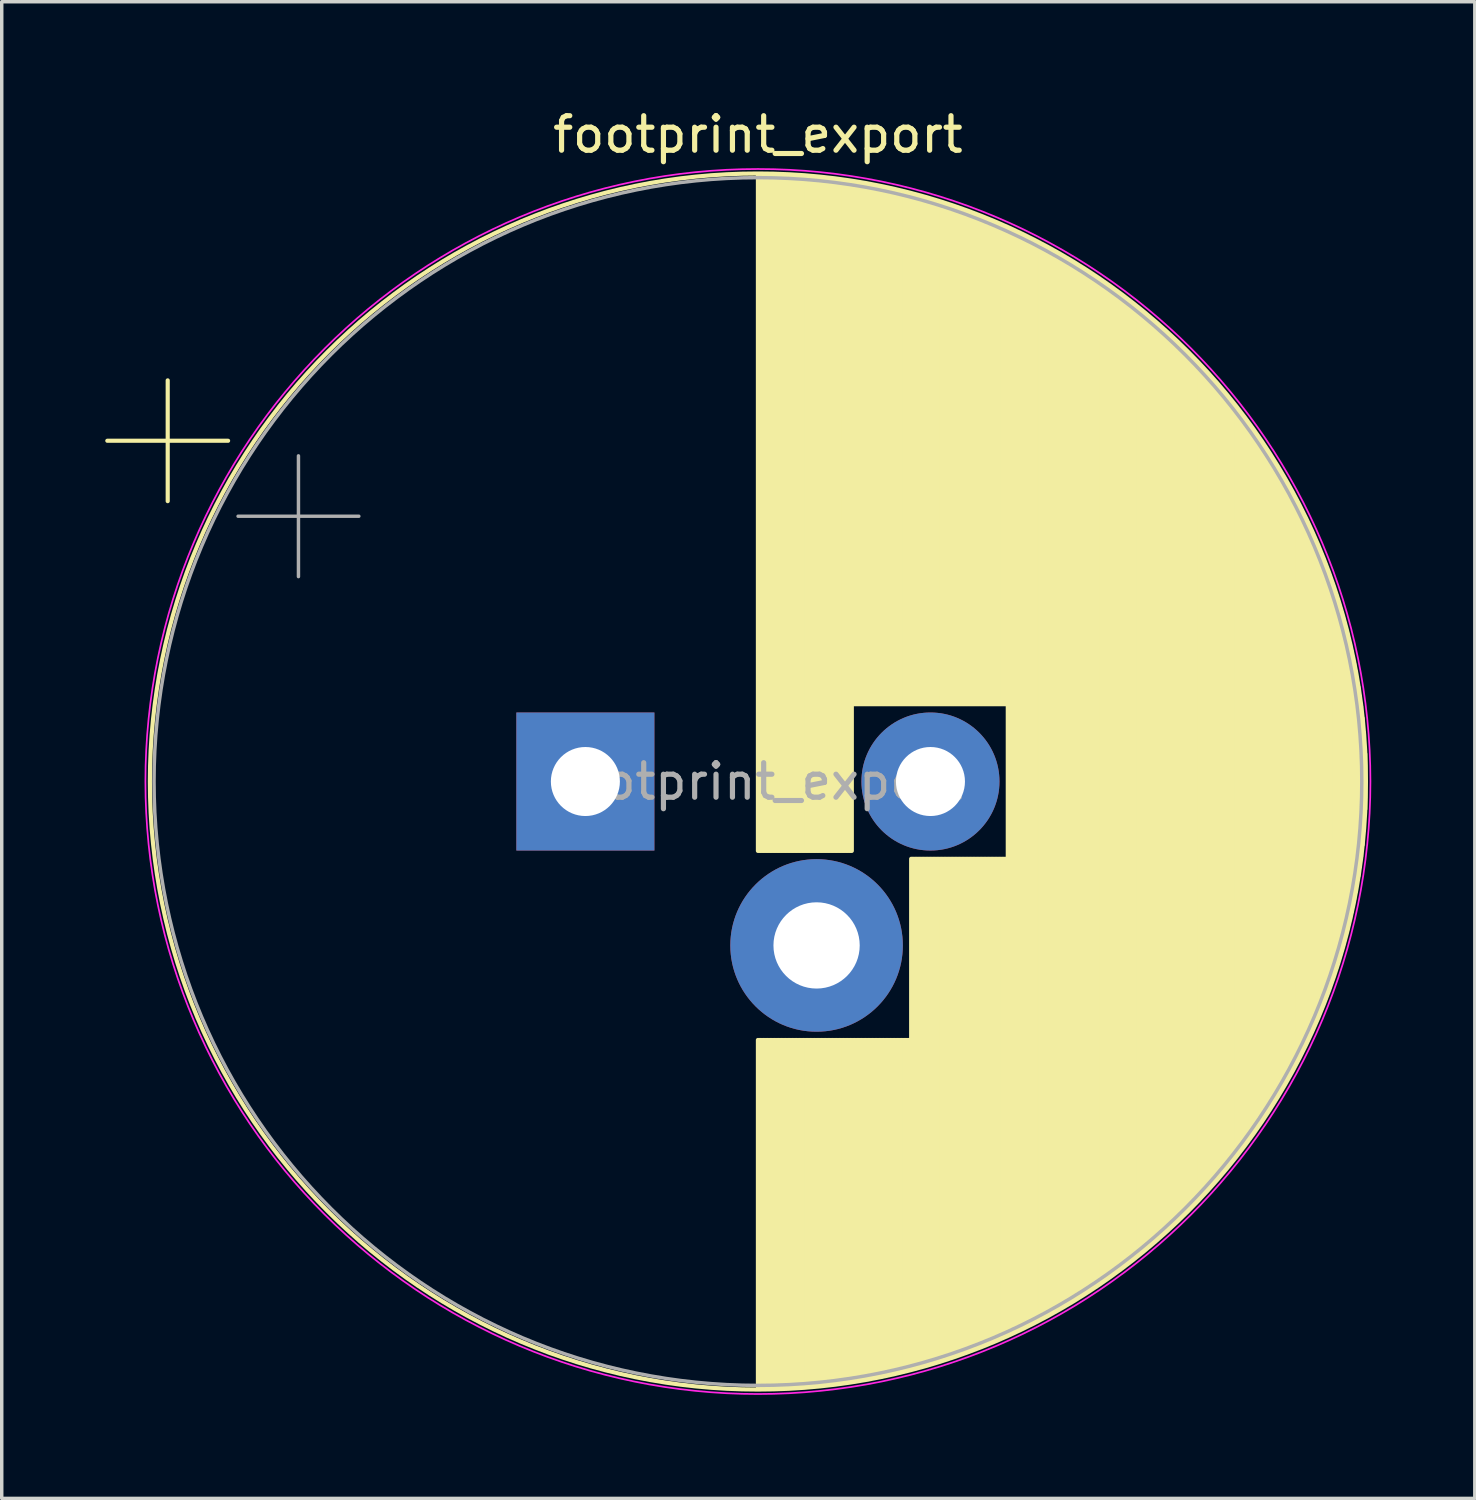
<source format=kicad_pcb>
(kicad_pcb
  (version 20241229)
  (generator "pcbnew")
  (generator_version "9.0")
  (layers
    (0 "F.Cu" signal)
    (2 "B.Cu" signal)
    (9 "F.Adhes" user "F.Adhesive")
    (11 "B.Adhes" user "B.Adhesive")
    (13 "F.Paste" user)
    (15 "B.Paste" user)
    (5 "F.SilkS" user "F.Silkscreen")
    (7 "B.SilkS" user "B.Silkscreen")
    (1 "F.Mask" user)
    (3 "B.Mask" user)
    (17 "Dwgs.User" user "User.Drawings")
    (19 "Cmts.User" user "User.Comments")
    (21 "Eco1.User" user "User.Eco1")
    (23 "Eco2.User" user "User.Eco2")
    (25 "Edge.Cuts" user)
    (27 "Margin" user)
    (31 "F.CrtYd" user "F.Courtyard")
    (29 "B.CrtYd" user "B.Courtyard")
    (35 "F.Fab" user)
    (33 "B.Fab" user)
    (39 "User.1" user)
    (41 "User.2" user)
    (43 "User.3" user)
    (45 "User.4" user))
  (footprint "footprint_export"
    (layer "F.Cu")
    (at 13.914 19.598)
    (property "Reference" "footprint_export" (at 5 -18.75 0) (layer "F.SilkS") (effects (font (size 1 1) (thickness 0.15))))
    (attr through_hole)
    (fp_line (start -13.854 -9.875) (end -10.354 -9.875) (stroke (width 0.12) (type solid)) (layer "F.SilkS"))
    (fp_line (start -12.104 -11.625) (end -12.104 -8.125) (stroke (width 0.12) (type solid)) (layer "F.SilkS"))
    (fp_line (start 5 -17.58) (end 5 2.01) (stroke (width 0.12) (type solid)) (layer "F.SilkS"))
    (fp_line (start 5 7.49) (end 5 17.58) (stroke (width 0.12) (type solid)) (layer "F.SilkS"))
    (fp_line (start 5.04 -17.58) (end 5.04 2.01) (stroke (width 0.12) (type solid)) (layer "F.SilkS"))
    (fp_line (start 5.04 7.49) (end 5.04 17.58) (stroke (width 0.12) (type solid)) (layer "F.SilkS"))
    (fp_line (start 5.08 -17.58) (end 5.08 2.01) (stroke (width 0.12) (type solid)) (layer "F.SilkS"))
    (fp_line (start 5.08 7.49) (end 5.08 17.58) (stroke (width 0.12) (type solid)) (layer "F.SilkS"))
    (fp_line (start 5.12 -17.58) (end 5.12 2.01) (stroke (width 0.12) (type solid)) (layer "F.SilkS"))
    (fp_line (start 5.12 7.49) (end 5.12 17.58) (stroke (width 0.12) (type solid)) (layer "F.SilkS"))
    (fp_line (start 5.16 -17.58) (end 5.16 2.01) (stroke (width 0.12) (type solid)) (layer "F.SilkS"))
    (fp_line (start 5.16 7.49) (end 5.16 17.58) (stroke (width 0.12) (type solid)) (layer "F.SilkS"))
    (fp_line (start 5.2 -17.579) (end 5.2 2.01) (stroke (width 0.12) (type solid)) (layer "F.SilkS"))
    (fp_line (start 5.2 7.49) (end 5.2 17.579) (stroke (width 0.12) (type solid)) (layer "F.SilkS"))
    (fp_line (start 5.24 -17.579) (end 5.24 2.01) (stroke (width 0.12) (type solid)) (layer "F.SilkS"))
    (fp_line (start 5.24 7.49) (end 5.24 17.579) (stroke (width 0.12) (type solid)) (layer "F.SilkS"))
    (fp_line (start 5.28 -17.578) (end 5.28 2.01) (stroke (width 0.12) (type solid)) (layer "F.SilkS"))
    (fp_line (start 5.28 7.49) (end 5.28 17.578) (stroke (width 0.12) (type solid)) (layer "F.SilkS"))
    (fp_line (start 5.32 -17.578) (end 5.32 2.01) (stroke (width 0.12) (type solid)) (layer "F.SilkS"))
    (fp_line (start 5.32 7.49) (end 5.32 17.578) (stroke (width 0.12) (type solid)) (layer "F.SilkS"))
    (fp_line (start 5.36 -17.577) (end 5.36 2.01) (stroke (width 0.12) (type solid)) (layer "F.SilkS"))
    (fp_line (start 5.36 7.49) (end 5.36 17.577) (stroke (width 0.12) (type solid)) (layer "F.SilkS"))
    (fp_line (start 5.4 -17.576) (end 5.4 2.01) (stroke (width 0.12) (type solid)) (layer "F.SilkS"))
    (fp_line (start 5.4 7.49) (end 5.4 17.576) (stroke (width 0.12) (type solid)) (layer "F.SilkS"))
    (fp_line (start 5.44 -17.575) (end 5.44 2.01) (stroke (width 0.12) (type solid)) (layer "F.SilkS"))
    (fp_line (start 5.44 7.49) (end 5.44 17.575) (stroke (width 0.12) (type solid)) (layer "F.SilkS"))
    (fp_line (start 5.48 -17.574) (end 5.48 2.01) (stroke (width 0.12) (type solid)) (layer "F.SilkS"))
    (fp_line (start 5.48 7.49) (end 5.48 17.574) (stroke (width 0.12) (type solid)) (layer "F.SilkS"))
    (fp_line (start 5.52 -17.573) (end 5.52 2.01) (stroke (width 0.12) (type solid)) (layer "F.SilkS"))
    (fp_line (start 5.52 7.49) (end 5.52 17.573) (stroke (width 0.12) (type solid)) (layer "F.SilkS"))
    (fp_line (start 5.56 -17.572) (end 5.56 2.01) (stroke (width 0.12) (type solid)) (layer "F.SilkS"))
    (fp_line (start 5.56 7.49) (end 5.56 17.572) (stroke (width 0.12) (type solid)) (layer "F.SilkS"))
    (fp_line (start 5.6 -17.57) (end 5.6 2.01) (stroke (width 0.12) (type solid)) (layer "F.SilkS"))
    (fp_line (start 5.6 7.49) (end 5.6 17.57) (stroke (width 0.12) (type solid)) (layer "F.SilkS"))
    (fp_line (start 5.64 -17.569) (end 5.64 2.01) (stroke (width 0.12) (type solid)) (layer "F.SilkS"))
    (fp_line (start 5.64 7.49) (end 5.64 17.569) (stroke (width 0.12) (type solid)) (layer "F.SilkS"))
    (fp_line (start 5.68 -17.567) (end 5.68 2.01) (stroke (width 0.12) (type solid)) (layer "F.SilkS"))
    (fp_line (start 5.68 7.49) (end 5.68 17.567) (stroke (width 0.12) (type solid)) (layer "F.SilkS"))
    (fp_line (start 5.721 -17.566) (end 5.721 2.01) (stroke (width 0.12) (type solid)) (layer "F.SilkS"))
    (fp_line (start 5.721 7.49) (end 5.721 17.566) (stroke (width 0.12) (type solid)) (layer "F.SilkS"))
    (fp_line (start 5.761 -17.564) (end 5.761 2.01) (stroke (width 0.12) (type solid)) (layer "F.SilkS"))
    (fp_line (start 5.761 7.49) (end 5.761 17.564) (stroke (width 0.12) (type solid)) (layer "F.SilkS"))
    (fp_line (start 5.801 -17.562) (end 5.801 2.01) (stroke (width 0.12) (type solid)) (layer "F.SilkS"))
    (fp_line (start 5.801 7.49) (end 5.801 17.562) (stroke (width 0.12) (type solid)) (layer "F.SilkS"))
    (fp_line (start 5.841 -17.56) (end 5.841 2.01) (stroke (width 0.12) (type solid)) (layer "F.SilkS"))
    (fp_line (start 5.841 7.49) (end 5.841 17.56) (stroke (width 0.12) (type solid)) (layer "F.SilkS"))
    (fp_line (start 5.881 -17.559) (end 5.881 2.01) (stroke (width 0.12) (type solid)) (layer "F.SilkS"))
    (fp_line (start 5.881 7.49) (end 5.881 17.559) (stroke (width 0.12) (type solid)) (layer "F.SilkS"))
    (fp_line (start 5.921 -17.556) (end 5.921 2.01) (stroke (width 0.12) (type solid)) (layer "F.SilkS"))
    (fp_line (start 5.921 7.49) (end 5.921 17.556) (stroke (width 0.12) (type solid)) (layer "F.SilkS"))
    (fp_line (start 5.961 -17.554) (end 5.961 2.01) (stroke (width 0.12) (type solid)) (layer "F.SilkS"))
    (fp_line (start 5.961 7.49) (end 5.961 17.554) (stroke (width 0.12) (type solid)) (layer "F.SilkS"))
    (fp_line (start 6.001 -17.552) (end 6.001 2.01) (stroke (width 0.12) (type solid)) (layer "F.SilkS"))
    (fp_line (start 6.001 7.49) (end 6.001 17.552) (stroke (width 0.12) (type solid)) (layer "F.SilkS"))
    (fp_line (start 6.041 -17.55) (end 6.041 2.01) (stroke (width 0.12) (type solid)) (layer "F.SilkS"))
    (fp_line (start 6.041 7.49) (end 6.041 17.55) (stroke (width 0.12) (type solid)) (layer "F.SilkS"))
    (fp_line (start 6.081 -17.547) (end 6.081 2.01) (stroke (width 0.12) (type solid)) (layer "F.SilkS"))
    (fp_line (start 6.081 7.49) (end 6.081 17.547) (stroke (width 0.12) (type solid)) (layer "F.SilkS"))
    (fp_line (start 6.121 -17.545) (end 6.121 2.01) (stroke (width 0.12) (type solid)) (layer "F.SilkS"))
    (fp_line (start 6.121 7.49) (end 6.121 17.545) (stroke (width 0.12) (type solid)) (layer "F.SilkS"))
    (fp_line (start 6.161 -17.542) (end 6.161 2.01) (stroke (width 0.12) (type solid)) (layer "F.SilkS"))
    (fp_line (start 6.161 7.49) (end 6.161 17.542) (stroke (width 0.12) (type solid)) (layer "F.SilkS"))
    (fp_line (start 6.201 -17.54) (end 6.201 2.01) (stroke (width 0.12) (type solid)) (layer "F.SilkS"))
    (fp_line (start 6.201 7.49) (end 6.201 17.54) (stroke (width 0.12) (type solid)) (layer "F.SilkS"))
    (fp_line (start 6.241 -17.537) (end 6.241 2.01) (stroke (width 0.12) (type solid)) (layer "F.SilkS"))
    (fp_line (start 6.241 7.49) (end 6.241 17.537) (stroke (width 0.12) (type solid)) (layer "F.SilkS"))
    (fp_line (start 6.281 -17.534) (end 6.281 2.01) (stroke (width 0.12) (type solid)) (layer "F.SilkS"))
    (fp_line (start 6.281 7.49) (end 6.281 17.534) (stroke (width 0.12) (type solid)) (layer "F.SilkS"))
    (fp_line (start 6.321 -17.531) (end 6.321 2.01) (stroke (width 0.12) (type solid)) (layer "F.SilkS"))
    (fp_line (start 6.321 7.49) (end 6.321 17.531) (stroke (width 0.12) (type solid)) (layer "F.SilkS"))
    (fp_line (start 6.361 -17.528) (end 6.361 2.01) (stroke (width 0.12) (type solid)) (layer "F.SilkS"))
    (fp_line (start 6.361 7.49) (end 6.361 17.528) (stroke (width 0.12) (type solid)) (layer "F.SilkS"))
    (fp_line (start 6.401 -17.525) (end 6.401 2.01) (stroke (width 0.12) (type solid)) (layer "F.SilkS"))
    (fp_line (start 6.401 7.49) (end 6.401 17.525) (stroke (width 0.12) (type solid)) (layer "F.SilkS"))
    (fp_line (start 6.441 -17.522) (end 6.441 2.01) (stroke (width 0.12) (type solid)) (layer "F.SilkS"))
    (fp_line (start 6.441 7.49) (end 6.441 17.522) (stroke (width 0.12) (type solid)) (layer "F.SilkS"))
    (fp_line (start 6.481 -17.518) (end 6.481 2.01) (stroke (width 0.12) (type solid)) (layer "F.SilkS"))
    (fp_line (start 6.481 7.49) (end 6.481 17.518) (stroke (width 0.12) (type solid)) (layer "F.SilkS"))
    (fp_line (start 6.521 -17.515) (end 6.521 2.01) (stroke (width 0.12) (type solid)) (layer "F.SilkS"))
    (fp_line (start 6.521 7.49) (end 6.521 17.515) (stroke (width 0.12) (type solid)) (layer "F.SilkS"))
    (fp_line (start 6.561 -17.511) (end 6.561 2.01) (stroke (width 0.12) (type solid)) (layer "F.SilkS"))
    (fp_line (start 6.561 7.49) (end 6.561 17.511) (stroke (width 0.12) (type solid)) (layer "F.SilkS"))
    (fp_line (start 6.601 -17.508) (end 6.601 2.01) (stroke (width 0.12) (type solid)) (layer "F.SilkS"))
    (fp_line (start 6.601 7.49) (end 6.601 17.508) (stroke (width 0.12) (type solid)) (layer "F.SilkS"))
    (fp_line (start 6.641 -17.504) (end 6.641 2.01) (stroke (width 0.12) (type solid)) (layer "F.SilkS"))
    (fp_line (start 6.641 7.49) (end 6.641 17.504) (stroke (width 0.12) (type solid)) (layer "F.SilkS"))
    (fp_line (start 6.681 -17.5) (end 6.681 2.01) (stroke (width 0.12) (type solid)) (layer "F.SilkS"))
    (fp_line (start 6.681 7.49) (end 6.681 17.5) (stroke (width 0.12) (type solid)) (layer "F.SilkS"))
    (fp_line (start 6.721 -17.496) (end 6.721 2.01) (stroke (width 0.12) (type solid)) (layer "F.SilkS"))
    (fp_line (start 6.721 7.49) (end 6.721 17.496) (stroke (width 0.12) (type solid)) (layer "F.SilkS"))
    (fp_line (start 6.761 -17.492) (end 6.761 2.01) (stroke (width 0.12) (type solid)) (layer "F.SilkS"))
    (fp_line (start 6.761 7.49) (end 6.761 17.492) (stroke (width 0.12) (type solid)) (layer "F.SilkS"))
    (fp_line (start 6.801 -17.488) (end 6.801 2.01) (stroke (width 0.12) (type solid)) (layer "F.SilkS"))
    (fp_line (start 6.801 7.49) (end 6.801 17.488) (stroke (width 0.12) (type solid)) (layer "F.SilkS"))
    (fp_line (start 6.841 -17.484) (end 6.841 2.01) (stroke (width 0.12) (type solid)) (layer "F.SilkS"))
    (fp_line (start 6.841 7.49) (end 6.841 17.484) (stroke (width 0.12) (type solid)) (layer "F.SilkS"))
    (fp_line (start 6.881 -17.48) (end 6.881 2.01) (stroke (width 0.12) (type solid)) (layer "F.SilkS"))
    (fp_line (start 6.881 7.49) (end 6.881 17.48) (stroke (width 0.12) (type solid)) (layer "F.SilkS"))
    (fp_line (start 6.921 -17.476) (end 6.921 2.01) (stroke (width 0.12) (type solid)) (layer "F.SilkS"))
    (fp_line (start 6.921 7.49) (end 6.921 17.476) (stroke (width 0.12) (type solid)) (layer "F.SilkS"))
    (fp_line (start 6.961 -17.471) (end 6.961 2.01) (stroke (width 0.12) (type solid)) (layer "F.SilkS"))
    (fp_line (start 6.961 7.49) (end 6.961 17.471) (stroke (width 0.12) (type solid)) (layer "F.SilkS"))
    (fp_line (start 7.001 -17.467) (end 7.001 2.01) (stroke (width 0.12) (type solid)) (layer "F.SilkS"))
    (fp_line (start 7.001 7.49) (end 7.001 17.467) (stroke (width 0.12) (type solid)) (layer "F.SilkS"))
    (fp_line (start 7.041 -17.462) (end 7.041 2.01) (stroke (width 0.12) (type solid)) (layer "F.SilkS"))
    (fp_line (start 7.041 7.49) (end 7.041 17.462) (stroke (width 0.12) (type solid)) (layer "F.SilkS"))
    (fp_line (start 7.081 -17.457) (end 7.081 2.01) (stroke (width 0.12) (type solid)) (layer "F.SilkS"))
    (fp_line (start 7.081 7.49) (end 7.081 17.457) (stroke (width 0.12) (type solid)) (layer "F.SilkS"))
    (fp_line (start 7.121 -17.452) (end 7.121 2.01) (stroke (width 0.12) (type solid)) (layer "F.SilkS"))
    (fp_line (start 7.121 7.49) (end 7.121 17.452) (stroke (width 0.12) (type solid)) (layer "F.SilkS"))
    (fp_line (start 7.161 -17.448) (end 7.161 2.01) (stroke (width 0.12) (type solid)) (layer "F.SilkS"))
    (fp_line (start 7.161 7.49) (end 7.161 17.448) (stroke (width 0.12) (type solid)) (layer "F.SilkS"))
    (fp_line (start 7.201 -17.443) (end 7.201 2.01) (stroke (width 0.12) (type solid)) (layer "F.SilkS"))
    (fp_line (start 7.201 7.49) (end 7.201 17.443) (stroke (width 0.12) (type solid)) (layer "F.SilkS"))
    (fp_line (start 7.241 -17.438) (end 7.241 2.01) (stroke (width 0.12) (type solid)) (layer "F.SilkS"))
    (fp_line (start 7.241 7.49) (end 7.241 17.438) (stroke (width 0.12) (type solid)) (layer "F.SilkS"))
    (fp_line (start 7.281 -17.432) (end 7.281 2.01) (stroke (width 0.12) (type solid)) (layer "F.SilkS"))
    (fp_line (start 7.281 7.49) (end 7.281 17.432) (stroke (width 0.12) (type solid)) (layer "F.SilkS"))
    (fp_line (start 7.321 -17.427) (end 7.321 2.01) (stroke (width 0.12) (type solid)) (layer "F.SilkS"))
    (fp_line (start 7.321 7.49) (end 7.321 17.427) (stroke (width 0.12) (type solid)) (layer "F.SilkS"))
    (fp_line (start 7.361 -17.422) (end 7.361 2.01) (stroke (width 0.12) (type solid)) (layer "F.SilkS"))
    (fp_line (start 7.361 7.49) (end 7.361 17.422) (stroke (width 0.12) (type solid)) (layer "F.SilkS"))
    (fp_line (start 7.401 -17.416) (end 7.401 2.01) (stroke (width 0.12) (type solid)) (layer "F.SilkS"))
    (fp_line (start 7.401 7.49) (end 7.401 17.416) (stroke (width 0.12) (type solid)) (layer "F.SilkS"))
    (fp_line (start 7.441 -17.411) (end 7.441 2.01) (stroke (width 0.12) (type solid)) (layer "F.SilkS"))
    (fp_line (start 7.441 7.49) (end 7.441 17.411) (stroke (width 0.12) (type solid)) (layer "F.SilkS"))
    (fp_line (start 7.481 -17.405) (end 7.481 2.01) (stroke (width 0.12) (type solid)) (layer "F.SilkS"))
    (fp_line (start 7.481 7.49) (end 7.481 17.405) (stroke (width 0.12) (type solid)) (layer "F.SilkS"))
    (fp_line (start 7.521 -17.399) (end 7.521 2.01) (stroke (width 0.12) (type solid)) (layer "F.SilkS"))
    (fp_line (start 7.521 7.49) (end 7.521 17.399) (stroke (width 0.12) (type solid)) (layer "F.SilkS"))
    (fp_line (start 7.561 -17.394) (end 7.561 2.01) (stroke (width 0.12) (type solid)) (layer "F.SilkS"))
    (fp_line (start 7.561 7.49) (end 7.561 17.394) (stroke (width 0.12) (type solid)) (layer "F.SilkS"))
    (fp_line (start 7.601 -17.388) (end 7.601 2.01) (stroke (width 0.12) (type solid)) (layer "F.SilkS"))
    (fp_line (start 7.601 7.49) (end 7.601 17.388) (stroke (width 0.12) (type solid)) (layer "F.SilkS"))
    (fp_line (start 7.641 -17.382) (end 7.641 2.01) (stroke (width 0.12) (type solid)) (layer "F.SilkS"))
    (fp_line (start 7.641 7.49) (end 7.641 17.382) (stroke (width 0.12) (type solid)) (layer "F.SilkS"))
    (fp_line (start 7.681 -17.375) (end 7.681 2.01) (stroke (width 0.12) (type solid)) (layer "F.SilkS"))
    (fp_line (start 7.681 7.49) (end 7.681 17.375) (stroke (width 0.12) (type solid)) (layer "F.SilkS"))
    (fp_line (start 7.721 -17.369) (end 7.721 2.01) (stroke (width 0.12) (type solid)) (layer "F.SilkS"))
    (fp_line (start 7.721 7.49) (end 7.721 17.369) (stroke (width 0.12) (type solid)) (layer "F.SilkS"))
    (fp_line (start 7.761 -17.363) (end 7.761 -2.24) (stroke (width 0.12) (type solid)) (layer "F.SilkS"))
    (fp_line (start 7.761 7.49) (end 7.761 17.363) (stroke (width 0.12) (type solid)) (layer "F.SilkS"))
    (fp_line (start 7.801 -17.357) (end 7.801 -2.24) (stroke (width 0.12) (type solid)) (layer "F.SilkS"))
    (fp_line (start 7.801 7.49) (end 7.801 17.357) (stroke (width 0.12) (type solid)) (layer "F.SilkS"))
    (fp_line (start 7.841 -17.35) (end 7.841 -2.24) (stroke (width 0.12) (type solid)) (layer "F.SilkS"))
    (fp_line (start 7.841 7.49) (end 7.841 17.35) (stroke (width 0.12) (type solid)) (layer "F.SilkS"))
    (fp_line (start 7.881 -17.344) (end 7.881 -2.24) (stroke (width 0.12) (type solid)) (layer "F.SilkS"))
    (fp_line (start 7.881 7.49) (end 7.881 17.344) (stroke (width 0.12) (type solid)) (layer "F.SilkS"))
    (fp_line (start 7.921 -17.337) (end 7.921 -2.24) (stroke (width 0.12) (type solid)) (layer "F.SilkS"))
    (fp_line (start 7.921 7.49) (end 7.921 17.337) (stroke (width 0.12) (type solid)) (layer "F.SilkS"))
    (fp_line (start 7.961 -17.33) (end 7.961 -2.24) (stroke (width 0.12) (type solid)) (layer "F.SilkS"))
    (fp_line (start 7.961 7.49) (end 7.961 17.33) (stroke (width 0.12) (type solid)) (layer "F.SilkS"))
    (fp_line (start 8.001 -17.323) (end 8.001 -2.24) (stroke (width 0.12) (type solid)) (layer "F.SilkS"))
    (fp_line (start 8.001 7.49) (end 8.001 17.323) (stroke (width 0.12) (type solid)) (layer "F.SilkS"))
    (fp_line (start 8.041 -17.316) (end 8.041 -2.24) (stroke (width 0.12) (type solid)) (layer "F.SilkS"))
    (fp_line (start 8.041 7.49) (end 8.041 17.316) (stroke (width 0.12) (type solid)) (layer "F.SilkS"))
    (fp_line (start 8.081 -17.309) (end 8.081 -2.24) (stroke (width 0.12) (type solid)) (layer "F.SilkS"))
    (fp_line (start 8.081 7.49) (end 8.081 17.309) (stroke (width 0.12) (type solid)) (layer "F.SilkS"))
    (fp_line (start 8.121 -17.302) (end 8.121 -2.24) (stroke (width 0.12) (type solid)) (layer "F.SilkS"))
    (fp_line (start 8.121 7.49) (end 8.121 17.302) (stroke (width 0.12) (type solid)) (layer "F.SilkS"))
    (fp_line (start 8.161 -17.295) (end 8.161 -2.24) (stroke (width 0.12) (type solid)) (layer "F.SilkS"))
    (fp_line (start 8.161 7.49) (end 8.161 17.295) (stroke (width 0.12) (type solid)) (layer "F.SilkS"))
    (fp_line (start 8.201 -17.287) (end 8.201 -2.24) (stroke (width 0.12) (type solid)) (layer "F.SilkS"))
    (fp_line (start 8.201 7.49) (end 8.201 17.287) (stroke (width 0.12) (type solid)) (layer "F.SilkS"))
    (fp_line (start 8.241 -17.28) (end 8.241 -2.24) (stroke (width 0.12) (type solid)) (layer "F.SilkS"))
    (fp_line (start 8.241 7.49) (end 8.241 17.28) (stroke (width 0.12) (type solid)) (layer "F.SilkS"))
    (fp_line (start 8.281 -17.273) (end 8.281 -2.24) (stroke (width 0.12) (type solid)) (layer "F.SilkS"))
    (fp_line (start 8.281 7.49) (end 8.281 17.273) (stroke (width 0.12) (type solid)) (layer "F.SilkS"))
    (fp_line (start 8.321 -17.265) (end 8.321 -2.24) (stroke (width 0.12) (type solid)) (layer "F.SilkS"))
    (fp_line (start 8.321 7.49) (end 8.321 17.265) (stroke (width 0.12) (type solid)) (layer "F.SilkS"))
    (fp_line (start 8.361 -17.257) (end 8.361 -2.24) (stroke (width 0.12) (type solid)) (layer "F.SilkS"))
    (fp_line (start 8.361 7.49) (end 8.361 17.257) (stroke (width 0.12) (type solid)) (layer "F.SilkS"))
    (fp_line (start 8.401 -17.249) (end 8.401 -2.24) (stroke (width 0.12) (type solid)) (layer "F.SilkS"))
    (fp_line (start 8.401 7.49) (end 8.401 17.249) (stroke (width 0.12) (type solid)) (layer "F.SilkS"))
    (fp_line (start 8.441 -17.241) (end 8.441 -2.24) (stroke (width 0.12) (type solid)) (layer "F.SilkS"))
    (fp_line (start 8.441 7.49) (end 8.441 17.241) (stroke (width 0.12) (type solid)) (layer "F.SilkS"))
    (fp_line (start 8.481 -17.233) (end 8.481 -2.24) (stroke (width 0.12) (type solid)) (layer "F.SilkS"))
    (fp_line (start 8.481 7.49) (end 8.481 17.233) (stroke (width 0.12) (type solid)) (layer "F.SilkS"))
    (fp_line (start 8.521 -17.225) (end 8.521 -2.24) (stroke (width 0.12) (type solid)) (layer "F.SilkS"))
    (fp_line (start 8.521 7.49) (end 8.521 17.225) (stroke (width 0.12) (type solid)) (layer "F.SilkS"))
    (fp_line (start 8.561 -17.217) (end 8.561 -2.24) (stroke (width 0.12) (type solid)) (layer "F.SilkS"))
    (fp_line (start 8.561 7.49) (end 8.561 17.217) (stroke (width 0.12) (type solid)) (layer "F.SilkS"))
    (fp_line (start 8.601 -17.209) (end 8.601 -2.24) (stroke (width 0.12) (type solid)) (layer "F.SilkS"))
    (fp_line (start 8.601 7.49) (end 8.601 17.209) (stroke (width 0.12) (type solid)) (layer "F.SilkS"))
    (fp_line (start 8.641 -17.2) (end 8.641 -2.24) (stroke (width 0.12) (type solid)) (layer "F.SilkS"))
    (fp_line (start 8.641 7.49) (end 8.641 17.2) (stroke (width 0.12) (type solid)) (layer "F.SilkS"))
    (fp_line (start 8.681 -17.192) (end 8.681 -2.24) (stroke (width 0.12) (type solid)) (layer "F.SilkS"))
    (fp_line (start 8.681 7.49) (end 8.681 17.192) (stroke (width 0.12) (type solid)) (layer "F.SilkS"))
    (fp_line (start 8.721 -17.183) (end 8.721 -2.24) (stroke (width 0.12) (type solid)) (layer "F.SilkS"))
    (fp_line (start 8.721 7.49) (end 8.721 17.183) (stroke (width 0.12) (type solid)) (layer "F.SilkS"))
    (fp_line (start 8.761 -17.175) (end 8.761 -2.24) (stroke (width 0.12) (type solid)) (layer "F.SilkS"))
    (fp_line (start 8.761 7.49) (end 8.761 17.175) (stroke (width 0.12) (type solid)) (layer "F.SilkS"))
    (fp_line (start 8.801 -17.166) (end 8.801 -2.24) (stroke (width 0.12) (type solid)) (layer "F.SilkS"))
    (fp_line (start 8.801 7.49) (end 8.801 17.166) (stroke (width 0.12) (type solid)) (layer "F.SilkS"))
    (fp_line (start 8.841 -17.157) (end 8.841 -2.24) (stroke (width 0.12) (type solid)) (layer "F.SilkS"))
    (fp_line (start 8.841 7.49) (end 8.841 17.157) (stroke (width 0.12) (type solid)) (layer "F.SilkS"))
    (fp_line (start 8.881 -17.148) (end 8.881 -2.24) (stroke (width 0.12) (type solid)) (layer "F.SilkS"))
    (fp_line (start 8.881 7.49) (end 8.881 17.148) (stroke (width 0.12) (type solid)) (layer "F.SilkS"))
    (fp_line (start 8.921 -17.139) (end 8.921 -2.24) (stroke (width 0.12) (type solid)) (layer "F.SilkS"))
    (fp_line (start 8.921 7.49) (end 8.921 17.139) (stroke (width 0.12) (type solid)) (layer "F.SilkS"))
    (fp_line (start 8.961 -17.13) (end 8.961 -2.24) (stroke (width 0.12) (type solid)) (layer "F.SilkS"))
    (fp_line (start 8.961 7.49) (end 8.961 17.13) (stroke (width 0.12) (type solid)) (layer "F.SilkS"))
    (fp_line (start 9.001 -17.12) (end 9.001 -2.24) (stroke (width 0.12) (type solid)) (layer "F.SilkS"))
    (fp_line (start 9.001 7.49) (end 9.001 17.12) (stroke (width 0.12) (type solid)) (layer "F.SilkS"))
    (fp_line (start 9.041 -17.111) (end 9.041 -2.24) (stroke (width 0.12) (type solid)) (layer "F.SilkS"))
    (fp_line (start 9.041 7.49) (end 9.041 17.111) (stroke (width 0.12) (type solid)) (layer "F.SilkS"))
    (fp_line (start 9.081 -17.102) (end 9.081 -2.24) (stroke (width 0.12) (type solid)) (layer "F.SilkS"))
    (fp_line (start 9.081 7.49) (end 9.081 17.102) (stroke (width 0.12) (type solid)) (layer "F.SilkS"))
    (fp_line (start 9.121 -17.092) (end 9.121 -2.24) (stroke (width 0.12) (type solid)) (layer "F.SilkS"))
    (fp_line (start 9.121 7.49) (end 9.121 17.092) (stroke (width 0.12) (type solid)) (layer "F.SilkS"))
    (fp_line (start 9.161 -17.082) (end 9.161 -2.24) (stroke (width 0.12) (type solid)) (layer "F.SilkS"))
    (fp_line (start 9.161 7.49) (end 9.161 17.082) (stroke (width 0.12) (type solid)) (layer "F.SilkS"))
    (fp_line (start 9.201 -17.073) (end 9.201 -2.24) (stroke (width 0.12) (type solid)) (layer "F.SilkS"))
    (fp_line (start 9.201 7.49) (end 9.201 17.073) (stroke (width 0.12) (type solid)) (layer "F.SilkS"))
    (fp_line (start 9.241 -17.063) (end 9.241 -2.24) (stroke (width 0.12) (type solid)) (layer "F.SilkS"))
    (fp_line (start 9.241 7.49) (end 9.241 17.063) (stroke (width 0.12) (type solid)) (layer "F.SilkS"))
    (fp_line (start 9.281 -17.053) (end 9.281 -2.24) (stroke (width 0.12) (type solid)) (layer "F.SilkS"))
    (fp_line (start 9.281 7.49) (end 9.281 17.053) (stroke (width 0.12) (type solid)) (layer "F.SilkS"))
    (fp_line (start 9.321 -17.043) (end 9.321 -2.24) (stroke (width 0.12) (type solid)) (layer "F.SilkS"))
    (fp_line (start 9.321 7.49) (end 9.321 17.043) (stroke (width 0.12) (type solid)) (layer "F.SilkS"))
    (fp_line (start 9.361 -17.033) (end 9.361 -2.24) (stroke (width 0.12) (type solid)) (layer "F.SilkS"))
    (fp_line (start 9.361 7.49) (end 9.361 17.033) (stroke (width 0.12) (type solid)) (layer "F.SilkS"))
    (fp_line (start 9.401 -17.022) (end 9.401 -2.24) (stroke (width 0.12) (type solid)) (layer "F.SilkS"))
    (fp_line (start 9.401 7.49) (end 9.401 17.022) (stroke (width 0.12) (type solid)) (layer "F.SilkS"))
    (fp_line (start 9.441 -17.012) (end 9.441 -2.24) (stroke (width 0.12) (type solid)) (layer "F.SilkS"))
    (fp_line (start 9.441 2.24) (end 9.441 17.012) (stroke (width 0.12) (type solid)) (layer "F.SilkS"))
    (fp_line (start 9.481 -17.001) (end 9.481 -2.24) (stroke (width 0.12) (type solid)) (layer "F.SilkS"))
    (fp_line (start 9.481 2.24) (end 9.481 17.001) (stroke (width 0.12) (type solid)) (layer "F.SilkS"))
    (fp_line (start 9.521 -16.991) (end 9.521 -2.24) (stroke (width 0.12) (type solid)) (layer "F.SilkS"))
    (fp_line (start 9.521 2.24) (end 9.521 16.991) (stroke (width 0.12) (type solid)) (layer "F.SilkS"))
    (fp_line (start 9.561 -16.98) (end 9.561 -2.24) (stroke (width 0.12) (type solid)) (layer "F.SilkS"))
    (fp_line (start 9.561 2.24) (end 9.561 16.98) (stroke (width 0.12) (type solid)) (layer "F.SilkS"))
    (fp_line (start 9.601 -16.969) (end 9.601 -2.24) (stroke (width 0.12) (type solid)) (layer "F.SilkS"))
    (fp_line (start 9.601 2.24) (end 9.601 16.969) (stroke (width 0.12) (type solid)) (layer "F.SilkS"))
    (fp_line (start 9.641 -16.959) (end 9.641 -2.24) (stroke (width 0.12) (type solid)) (layer "F.SilkS"))
    (fp_line (start 9.641 2.24) (end 9.641 16.959) (stroke (width 0.12) (type solid)) (layer "F.SilkS"))
    (fp_line (start 9.681 -16.948) (end 9.681 -2.24) (stroke (width 0.12) (type solid)) (layer "F.SilkS"))
    (fp_line (start 9.681 2.24) (end 9.681 16.948) (stroke (width 0.12) (type solid)) (layer "F.SilkS"))
    (fp_line (start 9.721 -16.937) (end 9.721 -2.24) (stroke (width 0.12) (type solid)) (layer "F.SilkS"))
    (fp_line (start 9.721 2.24) (end 9.721 16.937) (stroke (width 0.12) (type solid)) (layer "F.SilkS"))
    (fp_line (start 9.761 -16.925) (end 9.761 -2.24) (stroke (width 0.12) (type solid)) (layer "F.SilkS"))
    (fp_line (start 9.761 2.24) (end 9.761 16.925) (stroke (width 0.12) (type solid)) (layer "F.SilkS"))
    (fp_line (start 9.801 -16.914) (end 9.801 -2.24) (stroke (width 0.12) (type solid)) (layer "F.SilkS"))
    (fp_line (start 9.801 2.24) (end 9.801 16.914) (stroke (width 0.12) (type solid)) (layer "F.SilkS"))
    (fp_line (start 9.841 -16.903) (end 9.841 -2.24) (stroke (width 0.12) (type solid)) (layer "F.SilkS"))
    (fp_line (start 9.841 2.24) (end 9.841 16.903) (stroke (width 0.12) (type solid)) (layer "F.SilkS"))
    (fp_line (start 9.881 -16.891) (end 9.881 -2.24) (stroke (width 0.12) (type solid)) (layer "F.SilkS"))
    (fp_line (start 9.881 2.24) (end 9.881 16.891) (stroke (width 0.12) (type solid)) (layer "F.SilkS"))
    (fp_line (start 9.921 -16.88) (end 9.921 -2.24) (stroke (width 0.12) (type solid)) (layer "F.SilkS"))
    (fp_line (start 9.921 2.24) (end 9.921 16.88) (stroke (width 0.12) (type solid)) (layer "F.SilkS"))
    (fp_line (start 9.961 -16.868) (end 9.961 -2.24) (stroke (width 0.12) (type solid)) (layer "F.SilkS"))
    (fp_line (start 9.961 2.24) (end 9.961 16.868) (stroke (width 0.12) (type solid)) (layer "F.SilkS"))
    (fp_line (start 10.001 -16.856) (end 10.001 -2.24) (stroke (width 0.12) (type solid)) (layer "F.SilkS"))
    (fp_line (start 10.001 2.24) (end 10.001 16.856) (stroke (width 0.12) (type solid)) (layer "F.SilkS"))
    (fp_line (start 10.041 -16.844) (end 10.041 -2.24) (stroke (width 0.12) (type solid)) (layer "F.SilkS"))
    (fp_line (start 10.041 2.24) (end 10.041 16.844) (stroke (width 0.12) (type solid)) (layer "F.SilkS"))
    (fp_line (start 10.081 -16.832) (end 10.081 -2.24) (stroke (width 0.12) (type solid)) (layer "F.SilkS"))
    (fp_line (start 10.081 2.24) (end 10.081 16.832) (stroke (width 0.12) (type solid)) (layer "F.SilkS"))
    (fp_line (start 10.121 -16.82) (end 10.121 -2.24) (stroke (width 0.12) (type solid)) (layer "F.SilkS"))
    (fp_line (start 10.121 2.24) (end 10.121 16.82) (stroke (width 0.12) (type solid)) (layer "F.SilkS"))
    (fp_line (start 10.161 -16.808) (end 10.161 -2.24) (stroke (width 0.12) (type solid)) (layer "F.SilkS"))
    (fp_line (start 10.161 2.24) (end 10.161 16.808) (stroke (width 0.12) (type solid)) (layer "F.SilkS"))
    (fp_line (start 10.201 -16.796) (end 10.201 -2.24) (stroke (width 0.12) (type solid)) (layer "F.SilkS"))
    (fp_line (start 10.201 2.24) (end 10.201 16.796) (stroke (width 0.12) (type solid)) (layer "F.SilkS"))
    (fp_line (start 10.241 -16.783) (end 10.241 -2.24) (stroke (width 0.12) (type solid)) (layer "F.SilkS"))
    (fp_line (start 10.241 2.24) (end 10.241 16.783) (stroke (width 0.12) (type solid)) (layer "F.SilkS"))
    (fp_line (start 10.281 -16.771) (end 10.281 -2.24) (stroke (width 0.12) (type solid)) (layer "F.SilkS"))
    (fp_line (start 10.281 2.24) (end 10.281 16.771) (stroke (width 0.12) (type solid)) (layer "F.SilkS"))
    (fp_line (start 10.321 -16.758) (end 10.321 -2.24) (stroke (width 0.12) (type solid)) (layer "F.SilkS"))
    (fp_line (start 10.321 2.24) (end 10.321 16.758) (stroke (width 0.12) (type solid)) (layer "F.SilkS"))
    (fp_line (start 10.361 -16.745) (end 10.361 -2.24) (stroke (width 0.12) (type solid)) (layer "F.SilkS"))
    (fp_line (start 10.361 2.24) (end 10.361 16.745) (stroke (width 0.12) (type solid)) (layer "F.SilkS"))
    (fp_line (start 10.401 -16.733) (end 10.401 -2.24) (stroke (width 0.12) (type solid)) (layer "F.SilkS"))
    (fp_line (start 10.401 2.24) (end 10.401 16.733) (stroke (width 0.12) (type solid)) (layer "F.SilkS"))
    (fp_line (start 10.441 -16.72) (end 10.441 -2.24) (stroke (width 0.12) (type solid)) (layer "F.SilkS"))
    (fp_line (start 10.441 2.24) (end 10.441 16.72) (stroke (width 0.12) (type solid)) (layer "F.SilkS"))
    (fp_line (start 10.481 -16.707) (end 10.481 -2.24) (stroke (width 0.12) (type solid)) (layer "F.SilkS"))
    (fp_line (start 10.481 2.24) (end 10.481 16.707) (stroke (width 0.12) (type solid)) (layer "F.SilkS"))
    (fp_line (start 10.521 -16.694) (end 10.521 -2.24) (stroke (width 0.12) (type solid)) (layer "F.SilkS"))
    (fp_line (start 10.521 2.24) (end 10.521 16.694) (stroke (width 0.12) (type solid)) (layer "F.SilkS"))
    (fp_line (start 10.561 -16.68) (end 10.561 -2.24) (stroke (width 0.12) (type solid)) (layer "F.SilkS"))
    (fp_line (start 10.561 2.24) (end 10.561 16.68) (stroke (width 0.12) (type solid)) (layer "F.SilkS"))
    (fp_line (start 10.601 -16.667) (end 10.601 -2.24) (stroke (width 0.12) (type solid)) (layer "F.SilkS"))
    (fp_line (start 10.601 2.24) (end 10.601 16.667) (stroke (width 0.12) (type solid)) (layer "F.SilkS"))
    (fp_line (start 10.641 -16.653) (end 10.641 -2.24) (stroke (width 0.12) (type solid)) (layer "F.SilkS"))
    (fp_line (start 10.641 2.24) (end 10.641 16.653) (stroke (width 0.12) (type solid)) (layer "F.SilkS"))
    (fp_line (start 10.681 -16.64) (end 10.681 -2.24) (stroke (width 0.12) (type solid)) (layer "F.SilkS"))
    (fp_line (start 10.681 2.24) (end 10.681 16.64) (stroke (width 0.12) (type solid)) (layer "F.SilkS"))
    (fp_line (start 10.721 -16.626) (end 10.721 -2.24) (stroke (width 0.12) (type solid)) (layer "F.SilkS"))
    (fp_line (start 10.721 2.24) (end 10.721 16.626) (stroke (width 0.12) (type solid)) (layer "F.SilkS"))
    (fp_line (start 10.761 -16.612) (end 10.761 -2.24) (stroke (width 0.12) (type solid)) (layer "F.SilkS"))
    (fp_line (start 10.761 2.24) (end 10.761 16.612) (stroke (width 0.12) (type solid)) (layer "F.SilkS"))
    (fp_line (start 10.801 -16.599) (end 10.801 -2.24) (stroke (width 0.12) (type solid)) (layer "F.SilkS"))
    (fp_line (start 10.801 2.24) (end 10.801 16.599) (stroke (width 0.12) (type solid)) (layer "F.SilkS"))
    (fp_line (start 10.841 -16.585) (end 10.841 -2.24) (stroke (width 0.12) (type solid)) (layer "F.SilkS"))
    (fp_line (start 10.841 2.24) (end 10.841 16.585) (stroke (width 0.12) (type solid)) (layer "F.SilkS"))
    (fp_line (start 10.881 -16.57) (end 10.881 -2.24) (stroke (width 0.12) (type solid)) (layer "F.SilkS"))
    (fp_line (start 10.881 2.24) (end 10.881 16.57) (stroke (width 0.12) (type solid)) (layer "F.SilkS"))
    (fp_line (start 10.921 -16.556) (end 10.921 -2.24) (stroke (width 0.12) (type solid)) (layer "F.SilkS"))
    (fp_line (start 10.921 2.24) (end 10.921 16.556) (stroke (width 0.12) (type solid)) (layer "F.SilkS"))
    (fp_line (start 10.961 -16.542) (end 10.961 -2.24) (stroke (width 0.12) (type solid)) (layer "F.SilkS"))
    (fp_line (start 10.961 2.24) (end 10.961 16.542) (stroke (width 0.12) (type solid)) (layer "F.SilkS"))
    (fp_line (start 11.001 -16.527) (end 11.001 -2.24) (stroke (width 0.12) (type solid)) (layer "F.SilkS"))
    (fp_line (start 11.001 2.24) (end 11.001 16.527) (stroke (width 0.12) (type solid)) (layer "F.SilkS"))
    (fp_line (start 11.041 -16.513) (end 11.041 -2.24) (stroke (width 0.12) (type solid)) (layer "F.SilkS"))
    (fp_line (start 11.041 2.24) (end 11.041 16.513) (stroke (width 0.12) (type solid)) (layer "F.SilkS"))
    (fp_line (start 11.081 -16.498) (end 11.081 -2.24) (stroke (width 0.12) (type solid)) (layer "F.SilkS"))
    (fp_line (start 11.081 2.24) (end 11.081 16.498) (stroke (width 0.12) (type solid)) (layer "F.SilkS"))
    (fp_line (start 11.121 -16.484) (end 11.121 -2.24) (stroke (width 0.12) (type solid)) (layer "F.SilkS"))
    (fp_line (start 11.121 2.24) (end 11.121 16.484) (stroke (width 0.12) (type solid)) (layer "F.SilkS"))
    (fp_line (start 11.161 -16.469) (end 11.161 -2.24) (stroke (width 0.12) (type solid)) (layer "F.SilkS"))
    (fp_line (start 11.161 2.24) (end 11.161 16.469) (stroke (width 0.12) (type solid)) (layer "F.SilkS"))
    (fp_line (start 11.201 -16.454) (end 11.201 -2.24) (stroke (width 0.12) (type solid)) (layer "F.SilkS"))
    (fp_line (start 11.201 2.24) (end 11.201 16.454) (stroke (width 0.12) (type solid)) (layer "F.SilkS"))
    (fp_line (start 11.241 -16.439) (end 11.241 -2.24) (stroke (width 0.12) (type solid)) (layer "F.SilkS"))
    (fp_line (start 11.241 2.24) (end 11.241 16.439) (stroke (width 0.12) (type solid)) (layer "F.SilkS"))
    (fp_line (start 11.281 -16.423) (end 11.281 -2.24) (stroke (width 0.12) (type solid)) (layer "F.SilkS"))
    (fp_line (start 11.281 2.24) (end 11.281 16.423) (stroke (width 0.12) (type solid)) (layer "F.SilkS"))
    (fp_line (start 11.321 -16.408) (end 11.321 -2.24) (stroke (width 0.12) (type solid)) (layer "F.SilkS"))
    (fp_line (start 11.321 2.24) (end 11.321 16.408) (stroke (width 0.12) (type solid)) (layer "F.SilkS"))
    (fp_line (start 11.361 -16.393) (end 11.361 -2.24) (stroke (width 0.12) (type solid)) (layer "F.SilkS"))
    (fp_line (start 11.361 2.24) (end 11.361 16.393) (stroke (width 0.12) (type solid)) (layer "F.SilkS"))
    (fp_line (start 11.401 -16.377) (end 11.401 -2.24) (stroke (width 0.12) (type solid)) (layer "F.SilkS"))
    (fp_line (start 11.401 2.24) (end 11.401 16.377) (stroke (width 0.12) (type solid)) (layer "F.SilkS"))
    (fp_line (start 11.441 -16.361) (end 11.441 -2.24) (stroke (width 0.12) (type solid)) (layer "F.SilkS"))
    (fp_line (start 11.441 2.24) (end 11.441 16.361) (stroke (width 0.12) (type solid)) (layer "F.SilkS"))
    (fp_line (start 11.481 -16.346) (end 11.481 -2.24) (stroke (width 0.12) (type solid)) (layer "F.SilkS"))
    (fp_line (start 11.481 2.24) (end 11.481 16.346) (stroke (width 0.12) (type solid)) (layer "F.SilkS"))
    (fp_line (start 11.521 -16.33) (end 11.521 -2.24) (stroke (width 0.12) (type solid)) (layer "F.SilkS"))
    (fp_line (start 11.521 2.24) (end 11.521 16.33) (stroke (width 0.12) (type solid)) (layer "F.SilkS"))
    (fp_line (start 11.561 -16.314) (end 11.561 -2.24) (stroke (width 0.12) (type solid)) (layer "F.SilkS"))
    (fp_line (start 11.561 2.24) (end 11.561 16.314) (stroke (width 0.12) (type solid)) (layer "F.SilkS"))
    (fp_line (start 11.601 -16.298) (end 11.601 -2.24) (stroke (width 0.12) (type solid)) (layer "F.SilkS"))
    (fp_line (start 11.601 2.24) (end 11.601 16.298) (stroke (width 0.12) (type solid)) (layer "F.SilkS"))
    (fp_line (start 11.641 -16.281) (end 11.641 -2.24) (stroke (width 0.12) (type solid)) (layer "F.SilkS"))
    (fp_line (start 11.641 2.24) (end 11.641 16.281) (stroke (width 0.12) (type solid)) (layer "F.SilkS"))
    (fp_line (start 11.681 -16.265) (end 11.681 -2.24) (stroke (width 0.12) (type solid)) (layer "F.SilkS"))
    (fp_line (start 11.681 2.24) (end 11.681 16.265) (stroke (width 0.12) (type solid)) (layer "F.SilkS"))
    (fp_line (start 11.721 -16.249) (end 11.721 -2.24) (stroke (width 0.12) (type solid)) (layer "F.SilkS"))
    (fp_line (start 11.721 2.24) (end 11.721 16.249) (stroke (width 0.12) (type solid)) (layer "F.SilkS"))
    (fp_line (start 11.761 -16.232) (end 11.761 -2.24) (stroke (width 0.12) (type solid)) (layer "F.SilkS"))
    (fp_line (start 11.761 2.24) (end 11.761 16.232) (stroke (width 0.12) (type solid)) (layer "F.SilkS"))
    (fp_line (start 11.801 -16.215) (end 11.801 -2.24) (stroke (width 0.12) (type solid)) (layer "F.SilkS"))
    (fp_line (start 11.801 2.24) (end 11.801 16.215) (stroke (width 0.12) (type solid)) (layer "F.SilkS"))
    (fp_line (start 11.841 -16.199) (end 11.841 -2.24) (stroke (width 0.12) (type solid)) (layer "F.SilkS"))
    (fp_line (start 11.841 2.24) (end 11.841 16.199) (stroke (width 0.12) (type solid)) (layer "F.SilkS"))
    (fp_line (start 11.881 -16.182) (end 11.881 -2.24) (stroke (width 0.12) (type solid)) (layer "F.SilkS"))
    (fp_line (start 11.881 2.24) (end 11.881 16.182) (stroke (width 0.12) (type solid)) (layer "F.SilkS"))
    (fp_line (start 11.921 -16.165) (end 11.921 -2.24) (stroke (width 0.12) (type solid)) (layer "F.SilkS"))
    (fp_line (start 11.921 2.24) (end 11.921 16.165) (stroke (width 0.12) (type solid)) (layer "F.SilkS"))
    (fp_line (start 11.961 -16.148) (end 11.961 -2.24) (stroke (width 0.12) (type solid)) (layer "F.SilkS"))
    (fp_line (start 11.961 2.24) (end 11.961 16.148) (stroke (width 0.12) (type solid)) (layer "F.SilkS"))
    (fp_line (start 12.001 -16.13) (end 12.001 -2.24) (stroke (width 0.12) (type solid)) (layer "F.SilkS"))
    (fp_line (start 12.001 2.24) (end 12.001 16.13) (stroke (width 0.12) (type solid)) (layer "F.SilkS"))
    (fp_line (start 12.041 -16.113) (end 12.041 -2.24) (stroke (width 0.12) (type solid)) (layer "F.SilkS"))
    (fp_line (start 12.041 2.24) (end 12.041 16.113) (stroke (width 0.12) (type solid)) (layer "F.SilkS"))
    (fp_line (start 12.081 -16.095) (end 12.081 -2.24) (stroke (width 0.12) (type solid)) (layer "F.SilkS"))
    (fp_line (start 12.081 2.24) (end 12.081 16.095) (stroke (width 0.12) (type solid)) (layer "F.SilkS"))
    (fp_line (start 12.121 -16.078) (end 12.121 -2.24) (stroke (width 0.12) (type solid)) (layer "F.SilkS"))
    (fp_line (start 12.121 2.24) (end 12.121 16.078) (stroke (width 0.12) (type solid)) (layer "F.SilkS"))
    (fp_line (start 12.161 -16.06) (end 12.161 -2.24) (stroke (width 0.12) (type solid)) (layer "F.SilkS"))
    (fp_line (start 12.161 2.24) (end 12.161 16.06) (stroke (width 0.12) (type solid)) (layer "F.SilkS"))
    (fp_line (start 12.201 -16.042) (end 12.201 -2.24) (stroke (width 0.12) (type solid)) (layer "F.SilkS"))
    (fp_line (start 12.201 2.24) (end 12.201 16.042) (stroke (width 0.12) (type solid)) (layer "F.SilkS"))
    (fp_line (start 12.241 -16.024) (end 12.241 16.024) (stroke (width 0.12) (type solid)) (layer "F.SilkS"))
    (fp_line (start 12.281 -16.006) (end 12.281 16.006) (stroke (width 0.12) (type solid)) (layer "F.SilkS"))
    (fp_line (start 12.321 -15.988) (end 12.321 15.988) (stroke (width 0.12) (type solid)) (layer "F.SilkS"))
    (fp_line (start 12.361 -15.97) (end 12.361 15.97) (stroke (width 0.12) (type solid)) (layer "F.SilkS"))
    (fp_line (start 12.401 -15.951) (end 12.401 15.951) (stroke (width 0.12) (type solid)) (layer "F.SilkS"))
    (fp_line (start 12.441 -15.933) (end 12.441 15.933) (stroke (width 0.12) (type solid)) (layer "F.SilkS"))
    (fp_line (start 12.481 -15.914) (end 12.481 15.914) (stroke (width 0.12) (type solid)) (layer "F.SilkS"))
    (fp_line (start 12.521 -15.895) (end 12.521 15.895) (stroke (width 0.12) (type solid)) (layer "F.SilkS"))
    (fp_line (start 12.561 -15.876) (end 12.561 15.876) (stroke (width 0.12) (type solid)) (layer "F.SilkS"))
    (fp_line (start 12.601 -15.857) (end 12.601 15.857) (stroke (width 0.12) (type solid)) (layer "F.SilkS"))
    (fp_line (start 12.641 -15.838) (end 12.641 15.838) (stroke (width 0.12) (type solid)) (layer "F.SilkS"))
    (fp_line (start 12.681 -15.819) (end 12.681 15.819) (stroke (width 0.12) (type solid)) (layer "F.SilkS"))
    (fp_line (start 12.721 -15.799) (end 12.721 15.799) (stroke (width 0.12) (type solid)) (layer "F.SilkS"))
    (fp_line (start 12.761 -15.78) (end 12.761 15.78) (stroke (width 0.12) (type solid)) (layer "F.SilkS"))
    (fp_line (start 12.801 -15.76) (end 12.801 15.76) (stroke (width 0.12) (type solid)) (layer "F.SilkS"))
    (fp_line (start 12.841 -15.74) (end 12.841 15.74) (stroke (width 0.12) (type solid)) (layer "F.SilkS"))
    (fp_line (start 12.881 -15.72) (end 12.881 15.72) (stroke (width 0.12) (type solid)) (layer "F.SilkS"))
    (fp_line (start 12.921 -15.7) (end 12.921 15.7) (stroke (width 0.12) (type solid)) (layer "F.SilkS"))
    (fp_line (start 12.961 -15.68) (end 12.961 15.68) (stroke (width 0.12) (type solid)) (layer "F.SilkS"))
    (fp_line (start 13.001 -15.66) (end 13.001 15.66) (stroke (width 0.12) (type solid)) (layer "F.SilkS"))
    (fp_line (start 13.041 -15.639) (end 13.041 15.639) (stroke (width 0.12) (type solid)) (layer "F.SilkS"))
    (fp_line (start 13.081 -15.619) (end 13.081 15.619) (stroke (width 0.12) (type solid)) (layer "F.SilkS"))
    (fp_line (start 13.121 -15.598) (end 13.121 15.598) (stroke (width 0.12) (type solid)) (layer "F.SilkS"))
    (fp_line (start 13.161 -15.577) (end 13.161 15.577) (stroke (width 0.12) (type solid)) (layer "F.SilkS"))
    (fp_line (start 13.2 -15.556) (end 13.2 15.556) (stroke (width 0.12) (type solid)) (layer "F.SilkS"))
    (fp_line (start 13.24 -15.535) (end 13.24 15.535) (stroke (width 0.12) (type solid)) (layer "F.SilkS"))
    (fp_line (start 13.28 -15.514) (end 13.28 15.514) (stroke (width 0.12) (type solid)) (layer "F.SilkS"))
    (fp_line (start 13.32 -15.492) (end 13.32 15.492) (stroke (width 0.12) (type solid)) (layer "F.SilkS"))
    (fp_line (start 13.36 -15.471) (end 13.36 15.471) (stroke (width 0.12) (type solid)) (layer "F.SilkS"))
    (fp_line (start 13.4 -15.449) (end 13.4 15.449) (stroke (width 0.12) (type solid)) (layer "F.SilkS"))
    (fp_line (start 13.44 -15.428) (end 13.44 15.428) (stroke (width 0.12) (type solid)) (layer "F.SilkS"))
    (fp_line (start 13.48 -15.406) (end 13.48 15.406) (stroke (width 0.12) (type solid)) (layer "F.SilkS"))
    (fp_line (start 13.52 -15.384) (end 13.52 15.384) (stroke (width 0.12) (type solid)) (layer "F.SilkS"))
    (fp_line (start 13.56 -15.361) (end 13.56 15.361) (stroke (width 0.12) (type solid)) (layer "F.SilkS"))
    (fp_line (start 13.6 -15.339) (end 13.6 15.339) (stroke (width 0.12) (type solid)) (layer "F.SilkS"))
    (fp_line (start 13.64 -15.317) (end 13.64 15.317) (stroke (width 0.12) (type solid)) (layer "F.SilkS"))
    (fp_line (start 13.68 -15.294) (end 13.68 15.294) (stroke (width 0.12) (type solid)) (layer "F.SilkS"))
    (fp_line (start 13.72 -15.271) (end 13.72 15.271) (stroke (width 0.12) (type solid)) (layer "F.SilkS"))
    (fp_line (start 13.76 -15.249) (end 13.76 15.249) (stroke (width 0.12) (type solid)) (layer "F.SilkS"))
    (fp_line (start 13.8 -15.226) (end 13.8 15.226) (stroke (width 0.12) (type solid)) (layer "F.SilkS"))
    (fp_line (start 13.84 -15.203) (end 13.84 15.203) (stroke (width 0.12) (type solid)) (layer "F.SilkS"))
    (fp_line (start 13.88 -15.179) (end 13.88 15.179) (stroke (width 0.12) (type solid)) (layer "F.SilkS"))
    (fp_line (start 13.92 -15.156) (end 13.92 15.156) (stroke (width 0.12) (type solid)) (layer "F.SilkS"))
    (fp_line (start 13.96 -15.132) (end 13.96 15.132) (stroke (width 0.12) (type solid)) (layer "F.SilkS"))
    (fp_line (start 14 -15.109) (end 14 15.109) (stroke (width 0.12) (type solid)) (layer "F.SilkS"))
    (fp_line (start 14.04 -15.085) (end 14.04 15.085) (stroke (width 0.12) (type solid)) (layer "F.SilkS"))
    (fp_line (start 14.08 -15.061) (end 14.08 15.061) (stroke (width 0.12) (type solid)) (layer "F.SilkS"))
    (fp_line (start 14.12 -15.037) (end 14.12 15.037) (stroke (width 0.12) (type solid)) (layer "F.SilkS"))
    (fp_line (start 14.16 -15.012) (end 14.16 15.012) (stroke (width 0.12) (type solid)) (layer "F.SilkS"))
    (fp_line (start 14.2 -14.988) (end 14.2 14.988) (stroke (width 0.12) (type solid)) (layer "F.SilkS"))
    (fp_line (start 14.24 -14.963) (end 14.24 14.963) (stroke (width 0.12) (type solid)) (layer "F.SilkS"))
    (fp_line (start 14.28 -14.939) (end 14.28 14.939) (stroke (width 0.12) (type solid)) (layer "F.SilkS"))
    (fp_line (start 14.32 -14.914) (end 14.32 14.914) (stroke (width 0.12) (type solid)) (layer "F.SilkS"))
    (fp_line (start 14.36 -14.889) (end 14.36 14.889) (stroke (width 0.12) (type solid)) (layer "F.SilkS"))
    (fp_line (start 14.4 -14.864) (end 14.4 14.864) (stroke (width 0.12) (type solid)) (layer "F.SilkS"))
    (fp_line (start 14.44 -14.838) (end 14.44 14.838) (stroke (width 0.12) (type solid)) (layer "F.SilkS"))
    (fp_line (start 14.48 -14.813) (end 14.48 14.813) (stroke (width 0.12) (type solid)) (layer "F.SilkS"))
    (fp_line (start 14.52 -14.787) (end 14.52 14.787) (stroke (width 0.12) (type solid)) (layer "F.SilkS"))
    (fp_line (start 14.56 -14.762) (end 14.56 14.762) (stroke (width 0.12) (type solid)) (layer "F.SilkS"))
    (fp_line (start 14.6 -14.736) (end 14.6 14.736) (stroke (width 0.12) (type solid)) (layer "F.SilkS"))
    (fp_line (start 14.64 -14.71) (end 14.64 14.71) (stroke (width 0.12) (type solid)) (layer "F.SilkS"))
    (fp_line (start 14.68 -14.683) (end 14.68 14.683) (stroke (width 0.12) (type solid)) (layer "F.SilkS"))
    (fp_line (start 14.72 -14.657) (end 14.72 14.657) (stroke (width 0.12) (type solid)) (layer "F.SilkS"))
    (fp_line (start 14.76 -14.63) (end 14.76 14.63) (stroke (width 0.12) (type solid)) (layer "F.SilkS"))
    (fp_line (start 14.8 -14.604) (end 14.8 14.604) (stroke (width 0.12) (type solid)) (layer "F.SilkS"))
    (fp_line (start 14.84 -14.577) (end 14.84 14.577) (stroke (width 0.12) (type solid)) (layer "F.SilkS"))
    (fp_line (start 14.88 -14.55) (end 14.88 14.55) (stroke (width 0.12) (type solid)) (layer "F.SilkS"))
    (fp_line (start 14.92 -14.523) (end 14.92 14.523) (stroke (width 0.12) (type solid)) (layer "F.SilkS"))
    (fp_line (start 14.96 -14.495) (end 14.96 14.495) (stroke (width 0.12) (type solid)) (layer "F.SilkS"))
    (fp_line (start 15 -14.468) (end 15 14.468) (stroke (width 0.12) (type solid)) (layer "F.SilkS"))
    (fp_line (start 15.04 -14.44) (end 15.04 14.44) (stroke (width 0.12) (type solid)) (layer "F.SilkS"))
    (fp_line (start 15.08 -14.412) (end 15.08 14.412) (stroke (width 0.12) (type solid)) (layer "F.SilkS"))
    (fp_line (start 15.12 -14.384) (end 15.12 14.384) (stroke (width 0.12) (type solid)) (layer "F.SilkS"))
    (fp_line (start 15.16 -14.356) (end 15.16 14.356) (stroke (width 0.12) (type solid)) (layer "F.SilkS"))
    (fp_line (start 15.2 -14.328) (end 15.2 14.328) (stroke (width 0.12) (type solid)) (layer "F.SilkS"))
    (fp_line (start 15.24 -14.299) (end 15.24 14.299) (stroke (width 0.12) (type solid)) (layer "F.SilkS"))
    (fp_line (start 15.28 -14.271) (end 15.28 14.271) (stroke (width 0.12) (type solid)) (layer "F.SilkS"))
    (fp_line (start 15.32 -14.242) (end 15.32 14.242) (stroke (width 0.12) (type solid)) (layer "F.SilkS"))
    (fp_line (start 15.36 -14.213) (end 15.36 14.213) (stroke (width 0.12) (type solid)) (layer "F.SilkS"))
    (fp_line (start 15.4 -14.184) (end 15.4 14.184) (stroke (width 0.12) (type solid)) (layer "F.SilkS"))
    (fp_line (start 15.44 -14.155) (end 15.44 14.155) (stroke (width 0.12) (type solid)) (layer "F.SilkS"))
    (fp_line (start 15.48 -14.125) (end 15.48 14.125) (stroke (width 0.12) (type solid)) (layer "F.SilkS"))
    (fp_line (start 15.52 -14.095) (end 15.52 14.095) (stroke (width 0.12) (type solid)) (layer "F.SilkS"))
    (fp_line (start 15.56 -14.065) (end 15.56 14.065) (stroke (width 0.12) (type solid)) (layer "F.SilkS"))
    (fp_line (start 15.6 -14.035) (end 15.6 14.035) (stroke (width 0.12) (type solid)) (layer "F.SilkS"))
    (fp_line (start 15.64 -14.005) (end 15.64 14.005) (stroke (width 0.12) (type solid)) (layer "F.SilkS"))
    (fp_line (start 15.68 -13.975) (end 15.68 13.975) (stroke (width 0.12) (type solid)) (layer "F.SilkS"))
    (fp_line (start 15.72 -13.944) (end 15.72 13.944) (stroke (width 0.12) (type solid)) (layer "F.SilkS"))
    (fp_line (start 15.76 -13.914) (end 15.76 13.914) (stroke (width 0.12) (type solid)) (layer "F.SilkS"))
    (fp_line (start 15.8 -13.883) (end 15.8 13.883) (stroke (width 0.12) (type solid)) (layer "F.SilkS"))
    (fp_line (start 15.84 -13.851) (end 15.84 13.851) (stroke (width 0.12) (type solid)) (layer "F.SilkS"))
    (fp_line (start 15.88 -13.82) (end 15.88 13.82) (stroke (width 0.12) (type solid)) (layer "F.SilkS"))
    (fp_line (start 15.92 -13.789) (end 15.92 13.789) (stroke (width 0.12) (type solid)) (layer "F.SilkS"))
    (fp_line (start 15.96 -13.757) (end 15.96 13.757) (stroke (width 0.12) (type solid)) (layer "F.SilkS"))
    (fp_line (start 16 -13.725) (end 16 13.725) (stroke (width 0.12) (type solid)) (layer "F.SilkS"))
    (fp_line (start 16.04 -13.693) (end 16.04 13.693) (stroke (width 0.12) (type solid)) (layer "F.SilkS"))
    (fp_line (start 16.08 -13.661) (end 16.08 13.661) (stroke (width 0.12) (type solid)) (layer "F.SilkS"))
    (fp_line (start 16.12 -13.628) (end 16.12 13.628) (stroke (width 0.12) (type solid)) (layer "F.SilkS"))
    (fp_line (start 16.16 -13.596) (end 16.16 13.596) (stroke (width 0.12) (type solid)) (layer "F.SilkS"))
    (fp_line (start 16.2 -13.563) (end 16.2 13.563) (stroke (width 0.12) (type solid)) (layer "F.SilkS"))
    (fp_line (start 16.24 -13.53) (end 16.24 13.53) (stroke (width 0.12) (type solid)) (layer "F.SilkS"))
    (fp_line (start 16.28 -13.497) (end 16.28 13.497) (stroke (width 0.12) (type solid)) (layer "F.SilkS"))
    (fp_line (start 16.32 -13.463) (end 16.32 13.463) (stroke (width 0.12) (type solid)) (layer "F.SilkS"))
    (fp_line (start 16.36 -13.43) (end 16.36 13.43) (stroke (width 0.12) (type solid)) (layer "F.SilkS"))
    (fp_line (start 16.4 -13.396) (end 16.4 13.396) (stroke (width 0.12) (type solid)) (layer "F.SilkS"))
    (fp_line (start 16.44 -13.362) (end 16.44 13.362) (stroke (width 0.12) (type solid)) (layer "F.SilkS"))
    (fp_line (start 16.48 -13.327) (end 16.48 13.327) (stroke (width 0.12) (type solid)) (layer "F.SilkS"))
    (fp_line (start 16.52 -13.293) (end 16.52 13.293) (stroke (width 0.12) (type solid)) (layer "F.SilkS"))
    (fp_line (start 16.56 -13.258) (end 16.56 13.258) (stroke (width 0.12) (type solid)) (layer "F.SilkS"))
    (fp_line (start 16.6 -13.223) (end 16.6 13.223) (stroke (width 0.12) (type solid)) (layer "F.SilkS"))
    (fp_line (start 16.64 -13.188) (end 16.64 13.188) (stroke (width 0.12) (type solid)) (layer "F.SilkS"))
    (fp_line (start 16.68 -13.153) (end 16.68 13.153) (stroke (width 0.12) (type solid)) (layer "F.SilkS"))
    (fp_line (start 16.72 -13.117) (end 16.72 13.117) (stroke (width 0.12) (type solid)) (layer "F.SilkS"))
    (fp_line (start 16.76 -13.082) (end 16.76 13.082) (stroke (width 0.12) (type solid)) (layer "F.SilkS"))
    (fp_line (start 16.8 -13.046) (end 16.8 13.046) (stroke (width 0.12) (type solid)) (layer "F.SilkS"))
    (fp_line (start 16.84 -13.01) (end 16.84 13.01) (stroke (width 0.12) (type solid)) (layer "F.SilkS"))
    (fp_line (start 16.88 -12.973) (end 16.88 12.973) (stroke (width 0.12) (type solid)) (layer "F.SilkS"))
    (fp_line (start 16.92 -12.937) (end 16.92 12.937) (stroke (width 0.12) (type solid)) (layer "F.SilkS"))
    (fp_line (start 16.96 -12.9) (end 16.96 12.9) (stroke (width 0.12) (type solid)) (layer "F.SilkS"))
    (fp_line (start 17 -12.863) (end 17 12.863) (stroke (width 0.12) (type solid)) (layer "F.SilkS"))
    (fp_line (start 17.04 -12.825) (end 17.04 12.825) (stroke (width 0.12) (type solid)) (layer "F.SilkS"))
    (fp_line (start 17.08 -12.788) (end 17.08 12.788) (stroke (width 0.12) (type solid)) (layer "F.SilkS"))
    (fp_line (start 17.12 -12.75) (end 17.12 12.75) (stroke (width 0.12) (type solid)) (layer "F.SilkS"))
    (fp_line (start 17.16 -12.712) (end 17.16 12.712) (stroke (width 0.12) (type solid)) (layer "F.SilkS"))
    (fp_line (start 17.2 -12.674) (end 17.2 12.674) (stroke (width 0.12) (type solid)) (layer "F.SilkS"))
    (fp_line (start 17.24 -12.635) (end 17.24 12.635) (stroke (width 0.12) (type solid)) (layer "F.SilkS"))
    (fp_line (start 17.28 -12.596) (end 17.28 12.596) (stroke (width 0.12) (type solid)) (layer "F.SilkS"))
    (fp_line (start 17.32 -12.557) (end 17.32 12.557) (stroke (width 0.12) (type solid)) (layer "F.SilkS"))
    (fp_line (start 17.36 -12.518) (end 17.36 12.518) (stroke (width 0.12) (type solid)) (layer "F.SilkS"))
    (fp_line (start 17.4 -12.479) (end 17.4 12.479) (stroke (width 0.12) (type solid)) (layer "F.SilkS"))
    (fp_line (start 17.44 -12.439) (end 17.44 12.439) (stroke (width 0.12) (type solid)) (layer "F.SilkS"))
    (fp_line (start 17.48 -12.399) (end 17.48 12.399) (stroke (width 0.12) (type solid)) (layer "F.SilkS"))
    (fp_line (start 17.52 -12.359) (end 17.52 12.359) (stroke (width 0.12) (type solid)) (layer "F.SilkS"))
    (fp_line (start 17.56 -12.318) (end 17.56 12.318) (stroke (width 0.12) (type solid)) (layer "F.SilkS"))
    (fp_line (start 17.6 -12.277) (end 17.6 12.277) (stroke (width 0.12) (type solid)) (layer "F.SilkS"))
    (fp_line (start 17.64 -12.236) (end 17.64 12.236) (stroke (width 0.12) (type solid)) (layer "F.SilkS"))
    (fp_line (start 17.68 -12.195) (end 17.68 12.195) (stroke (width 0.12) (type solid)) (layer "F.SilkS"))
    (fp_line (start 17.72 -12.153) (end 17.72 12.153) (stroke (width 0.12) (type solid)) (layer "F.SilkS"))
    (fp_line (start 17.76 -12.111) (end 17.76 12.111) (stroke (width 0.12) (type solid)) (layer "F.SilkS"))
    (fp_line (start 17.8 -12.069) (end 17.8 12.069) (stroke (width 0.12) (type solid)) (layer "F.SilkS"))
    (fp_line (start 17.84 -12.027) (end 17.84 12.027) (stroke (width 0.12) (type solid)) (layer "F.SilkS"))
    (fp_line (start 17.88 -11.984) (end 17.88 11.984) (stroke (width 0.12) (type solid)) (layer "F.SilkS"))
    (fp_line (start 17.92 -11.941) (end 17.92 11.941) (stroke (width 0.12) (type solid)) (layer "F.SilkS"))
    (fp_line (start 17.96 -11.898) (end 17.96 11.898) (stroke (width 0.12) (type solid)) (layer "F.SilkS"))
    (fp_line (start 18 -11.854) (end 18 11.854) (stroke (width 0.12) (type solid)) (layer "F.SilkS"))
    (fp_line (start 18.04 -11.811) (end 18.04 11.811) (stroke (width 0.12) (type solid)) (layer "F.SilkS"))
    (fp_line (start 18.08 -11.766) (end 18.08 11.766) (stroke (width 0.12) (type solid)) (layer "F.SilkS"))
    (fp_line (start 18.12 -11.722) (end 18.12 11.722) (stroke (width 0.12) (type solid)) (layer "F.SilkS"))
    (fp_line (start 18.16 -11.677) (end 18.16 11.677) (stroke (width 0.12) (type solid)) (layer "F.SilkS"))
    (fp_line (start 18.2 -11.632) (end 18.2 11.632) (stroke (width 0.12) (type solid)) (layer "F.SilkS"))
    (fp_line (start 18.24 -11.587) (end 18.24 11.587) (stroke (width 0.12) (type solid)) (layer "F.SilkS"))
    (fp_line (start 18.28 -11.541) (end 18.28 11.541) (stroke (width 0.12) (type solid)) (layer "F.SilkS"))
    (fp_line (start 18.32 -11.495) (end 18.32 11.495) (stroke (width 0.12) (type solid)) (layer "F.SilkS"))
    (fp_line (start 18.36 -11.449) (end 18.36 11.449) (stroke (width 0.12) (type solid)) (layer "F.SilkS"))
    (fp_line (start 18.4 -11.402) (end 18.4 11.402) (stroke (width 0.12) (type solid)) (layer "F.SilkS"))
    (fp_line (start 18.44 -11.355) (end 18.44 11.355) (stroke (width 0.12) (type solid)) (layer "F.SilkS"))
    (fp_line (start 18.48 -11.307) (end 18.48 11.307) (stroke (width 0.12) (type solid)) (layer "F.SilkS"))
    (fp_line (start 18.52 -11.26) (end 18.52 11.26) (stroke (width 0.12) (type solid)) (layer "F.SilkS"))
    (fp_line (start 18.56 -11.212) (end 18.56 11.212) (stroke (width 0.12) (type solid)) (layer "F.SilkS"))
    (fp_line (start 18.6 -11.163) (end 18.6 11.163) (stroke (width 0.12) (type solid)) (layer "F.SilkS"))
    (fp_line (start 18.64 -11.115) (end 18.64 11.115) (stroke (width 0.12) (type solid)) (layer "F.SilkS"))
    (fp_line (start 18.68 -11.066) (end 18.68 11.066) (stroke (width 0.12) (type solid)) (layer "F.SilkS"))
    (fp_line (start 18.72 -11.016) (end 18.72 11.016) (stroke (width 0.12) (type solid)) (layer "F.SilkS"))
    (fp_line (start 18.76 -10.966) (end 18.76 10.966) (stroke (width 0.12) (type solid)) (layer "F.SilkS"))
    (fp_line (start 18.8 -10.916) (end 18.8 10.916) (stroke (width 0.12) (type solid)) (layer "F.SilkS"))
    (fp_line (start 18.84 -10.865) (end 18.84 10.865) (stroke (width 0.12) (type solid)) (layer "F.SilkS"))
    (fp_line (start 18.88 -10.815) (end 18.88 10.815) (stroke (width 0.12) (type solid)) (layer "F.SilkS"))
    (fp_line (start 18.92 -10.763) (end 18.92 10.763) (stroke (width 0.12) (type solid)) (layer "F.SilkS"))
    (fp_line (start 18.96 -10.711) (end 18.96 10.711) (stroke (width 0.12) (type solid)) (layer "F.SilkS"))
    (fp_line (start 19 -10.659) (end 19 10.659) (stroke (width 0.12) (type solid)) (layer "F.SilkS"))
    (fp_line (start 19.04 -10.607) (end 19.04 10.607) (stroke (width 0.12) (type solid)) (layer "F.SilkS"))
    (fp_line (start 19.08 -10.554) (end 19.08 10.554) (stroke (width 0.12) (type solid)) (layer "F.SilkS"))
    (fp_line (start 19.12 -10.5) (end 19.12 10.5) (stroke (width 0.12) (type solid)) (layer "F.SilkS"))
    (fp_line (start 19.16 -10.447) (end 19.16 10.447) (stroke (width 0.12) (type solid)) (layer "F.SilkS"))
    (fp_line (start 19.2 -10.392) (end 19.2 10.392) (stroke (width 0.12) (type solid)) (layer "F.SilkS"))
    (fp_line (start 19.24 -10.338) (end 19.24 10.338) (stroke (width 0.12) (type solid)) (layer "F.SilkS"))
    (fp_line (start 19.28 -10.283) (end 19.28 10.283) (stroke (width 0.12) (type solid)) (layer "F.SilkS"))
    (fp_line (start 19.32 -10.227) (end 19.32 10.227) (stroke (width 0.12) (type solid)) (layer "F.SilkS"))
    (fp_line (start 19.36 -10.171) (end 19.36 10.171) (stroke (width 0.12) (type solid)) (layer "F.SilkS"))
    (fp_line (start 19.4 -10.115) (end 19.4 10.115) (stroke (width 0.12) (type solid)) (layer "F.SilkS"))
    (fp_line (start 19.44 -10.058) (end 19.44 10.058) (stroke (width 0.12) (type solid)) (layer "F.SilkS"))
    (fp_line (start 19.48 -10) (end 19.48 10) (stroke (width 0.12) (type solid)) (layer "F.SilkS"))
    (fp_line (start 19.52 -9.942) (end 19.52 9.942) (stroke (width 0.12) (type solid)) (layer "F.SilkS"))
    (fp_line (start 19.56 -9.884) (end 19.56 9.884) (stroke (width 0.12) (type solid)) (layer "F.SilkS"))
    (fp_line (start 19.6 -9.825) (end 19.6 9.825) (stroke (width 0.12) (type solid)) (layer "F.SilkS"))
    (fp_line (start 19.64 -9.765) (end 19.64 9.765) (stroke (width 0.12) (type solid)) (layer "F.SilkS"))
    (fp_line (start 19.68 -9.705) (end 19.68 9.705) (stroke (width 0.12) (type solid)) (layer "F.SilkS"))
    (fp_line (start 19.72 -9.645) (end 19.72 9.645) (stroke (width 0.12) (type solid)) (layer "F.SilkS"))
    (fp_line (start 19.76 -9.584) (end 19.76 9.584) (stroke (width 0.12) (type solid)) (layer "F.SilkS"))
    (fp_line (start 19.8 -9.522) (end 19.8 9.522) (stroke (width 0.12) (type solid)) (layer "F.SilkS"))
    (fp_line (start 19.84 -9.46) (end 19.84 9.46) (stroke (width 0.12) (type solid)) (layer "F.SilkS"))
    (fp_line (start 19.88 -9.397) (end 19.88 9.397) (stroke (width 0.12) (type solid)) (layer "F.SilkS"))
    (fp_line (start 19.92 -9.334) (end 19.92 9.334) (stroke (width 0.12) (type solid)) (layer "F.SilkS"))
    (fp_line (start 19.96 -9.27) (end 19.96 9.27) (stroke (width 0.12) (type solid)) (layer "F.SilkS"))
    (fp_line (start 20 -9.205) (end 20 9.205) (stroke (width 0.12) (type solid)) (layer "F.SilkS"))
    (fp_line (start 20.04 -9.14) (end 20.04 9.14) (stroke (width 0.12) (type solid)) (layer "F.SilkS"))
    (fp_line (start 20.08 -9.074) (end 20.08 9.074) (stroke (width 0.12) (type solid)) (layer "F.SilkS"))
    (fp_line (start 20.12 -9.008) (end 20.12 9.008) (stroke (width 0.12) (type solid)) (layer "F.SilkS"))
    (fp_line (start 20.16 -8.94) (end 20.16 8.94) (stroke (width 0.12) (type solid)) (layer "F.SilkS"))
    (fp_line (start 20.2 -8.873) (end 20.2 8.873) (stroke (width 0.12) (type solid)) (layer "F.SilkS"))
    (fp_line (start 20.24 -8.804) (end 20.24 8.804) (stroke (width 0.12) (type solid)) (layer "F.SilkS"))
    (fp_line (start 20.28 -8.735) (end 20.28 8.735) (stroke (width 0.12) (type solid)) (layer "F.SilkS"))
    (fp_line (start 20.32 -8.665) (end 20.32 8.665) (stroke (width 0.12) (type solid)) (layer "F.SilkS"))
    (fp_line (start 20.36 -8.594) (end 20.36 8.594) (stroke (width 0.12) (type solid)) (layer "F.SilkS"))
    (fp_line (start 20.4 -8.522) (end 20.4 8.522) (stroke (width 0.12) (type solid)) (layer "F.SilkS"))
    (fp_line (start 20.44 -8.45) (end 20.44 8.45) (stroke (width 0.12) (type solid)) (layer "F.SilkS"))
    (fp_line (start 20.48 -8.377) (end 20.48 8.377) (stroke (width 0.12) (type solid)) (layer "F.SilkS"))
    (fp_line (start 20.52 -8.303) (end 20.52 8.303) (stroke (width 0.12) (type solid)) (layer "F.SilkS"))
    (fp_line (start 20.56 -8.228) (end 20.56 8.228) (stroke (width 0.12) (type solid)) (layer "F.SilkS"))
    (fp_line (start 20.6 -8.152) (end 20.6 8.152) (stroke (width 0.12) (type solid)) (layer "F.SilkS"))
    (fp_line (start 20.64 -8.076) (end 20.64 8.076) (stroke (width 0.12) (type solid)) (layer "F.SilkS"))
    (fp_line (start 20.68 -7.998) (end 20.68 7.998) (stroke (width 0.12) (type solid)) (layer "F.SilkS"))
    (fp_line (start 20.72 -7.92) (end 20.72 7.92) (stroke (width 0.12) (type solid)) (layer "F.SilkS"))
    (fp_line (start 20.76 -7.84) (end 20.76 7.84) (stroke (width 0.12) (type solid)) (layer "F.SilkS"))
    (fp_line (start 20.8 -7.759) (end 20.8 7.759) (stroke (width 0.12) (type solid)) (layer "F.SilkS"))
    (fp_line (start 20.84 -7.678) (end 20.84 7.678) (stroke (width 0.12) (type solid)) (layer "F.SilkS"))
    (fp_line (start 20.88 -7.595) (end 20.88 7.595) (stroke (width 0.12) (type solid)) (layer "F.SilkS"))
    (fp_line (start 20.92 -7.512) (end 20.92 7.512) (stroke (width 0.12) (type solid)) (layer "F.SilkS"))
    (fp_line (start 20.96 -7.427) (end 20.96 7.427) (stroke (width 0.12) (type solid)) (layer "F.SilkS"))
    (fp_line (start 21 -7.341) (end 21 7.341) (stroke (width 0.12) (type solid)) (layer "F.SilkS"))
    (fp_line (start 21.04 -7.253) (end 21.04 7.253) (stroke (width 0.12) (type solid)) (layer "F.SilkS"))
    (fp_line (start 21.08 -7.165) (end 21.08 7.165) (stroke (width 0.12) (type solid)) (layer "F.SilkS"))
    (fp_line (start 21.12 -7.075) (end 21.12 7.075) (stroke (width 0.12) (type solid)) (layer "F.SilkS"))
    (fp_line (start 21.16 -6.983) (end 21.16 6.983) (stroke (width 0.12) (type solid)) (layer "F.SilkS"))
    (fp_line (start 21.2 -6.89) (end 21.2 6.89) (stroke (width 0.12) (type solid)) (layer "F.SilkS"))
    (fp_line (start 21.24 -6.796) (end 21.24 6.796) (stroke (width 0.12) (type solid)) (layer "F.SilkS"))
    (fp_line (start 21.28 -6.7) (end 21.28 6.7) (stroke (width 0.12) (type solid)) (layer "F.SilkS"))
    (fp_line (start 21.32 -6.603) (end 21.32 6.603) (stroke (width 0.12) (type solid)) (layer "F.SilkS"))
    (fp_line (start 21.36 -6.504) (end 21.36 6.504) (stroke (width 0.12) (type solid)) (layer "F.SilkS"))
    (fp_line (start 21.4 -6.403) (end 21.4 6.403) (stroke (width 0.12) (type solid)) (layer "F.SilkS"))
    (fp_line (start 21.44 -6.3) (end 21.44 6.3) (stroke (width 0.12) (type solid)) (layer "F.SilkS"))
    (fp_line (start 21.48 -6.195) (end 21.48 6.195) (stroke (width 0.12) (type solid)) (layer "F.SilkS"))
    (fp_line (start 21.52 -6.089) (end 21.52 6.089) (stroke (width 0.12) (type solid)) (layer "F.SilkS"))
    (fp_line (start 21.56 -5.98) (end 21.56 5.98) (stroke (width 0.12) (type solid)) (layer "F.SilkS"))
    (fp_line (start 21.6 -5.868) (end 21.6 5.868) (stroke (width 0.12) (type solid)) (layer "F.SilkS"))
    (fp_line (start 21.64 -5.755) (end 21.64 5.755) (stroke (width 0.12) (type solid)) (layer "F.SilkS"))
    (fp_line (start 21.68 -5.639) (end 21.68 5.639) (stroke (width 0.12) (type solid)) (layer "F.SilkS"))
    (fp_line (start 21.72 -5.52) (end 21.72 5.52) (stroke (width 0.12) (type solid)) (layer "F.SilkS"))
    (fp_line (start 21.76 -5.398) (end 21.76 5.398) (stroke (width 0.12) (type solid)) (layer "F.SilkS"))
    (fp_line (start 21.8 -5.273) (end 21.8 5.273) (stroke (width 0.12) (type solid)) (layer "F.SilkS"))
    (fp_line (start 21.84 -5.145) (end 21.84 5.145) (stroke (width 0.12) (type solid)) (layer "F.SilkS"))
    (fp_line (start 21.88 -5.013) (end 21.88 5.013) (stroke (width 0.12) (type solid)) (layer "F.SilkS"))
    (fp_line (start 21.92 -4.878) (end 21.92 4.878) (stroke (width 0.12) (type solid)) (layer "F.SilkS"))
    (fp_line (start 21.96 -4.738) (end 21.96 4.738) (stroke (width 0.12) (type solid)) (layer "F.SilkS"))
    (fp_line (start 22 -4.593) (end 22 4.593) (stroke (width 0.12) (type solid)) (layer "F.SilkS"))
    (fp_line (start 22.04 -4.444) (end 22.04 4.444) (stroke (width 0.12) (type solid)) (layer "F.SilkS"))
    (fp_line (start 22.08 -4.289) (end 22.08 4.289) (stroke (width 0.12) (type solid)) (layer "F.SilkS"))
    (fp_line (start 22.12 -4.128) (end 22.12 4.128) (stroke (width 0.12) (type solid)) (layer "F.SilkS"))
    (fp_line (start 22.16 -3.96) (end 22.16 3.96) (stroke (width 0.12) (type solid)) (layer "F.SilkS"))
    (fp_line (start 22.2 -3.785) (end 22.2 3.785) (stroke (width 0.12) (type solid)) (layer "F.SilkS"))
    (fp_line (start 22.24 -3.6) (end 22.24 3.6) (stroke (width 0.12) (type solid)) (layer "F.SilkS"))
    (fp_line (start 22.28 -3.405) (end 22.28 3.405) (stroke (width 0.12) (type solid)) (layer "F.SilkS"))
    (fp_line (start 22.32 -3.198) (end 22.32 3.198) (stroke (width 0.12) (type solid)) (layer "F.SilkS"))
    (fp_line (start 22.36 -2.976) (end 22.36 2.976) (stroke (width 0.12) (type solid)) (layer "F.SilkS"))
    (fp_line (start 22.4 -2.736) (end 22.4 2.736) (stroke (width 0.12) (type solid)) (layer "F.SilkS"))
    (fp_line (start 22.44 -2.473) (end 22.44 2.473) (stroke (width 0.12) (type solid)) (layer "F.SilkS"))
    (fp_line (start 22.48 -2.177) (end 22.48 2.177) (stroke (width 0.12) (type solid)) (layer "F.SilkS"))
    (fp_line (start 22.52 -1.835) (end 22.52 1.835) (stroke (width 0.12) (type solid)) (layer "F.SilkS"))
    (fp_line (start 22.56 -1.413) (end 22.56 1.413) (stroke (width 0.12) (type solid)) (layer "F.SilkS"))
    (fp_line (start 22.6 -0.8) (end 22.6 0.8) (stroke (width 0.12) (type solid)) (layer "F.SilkS"))
    (fp_circle (center 5 0) (end 22.62 0) (stroke (width 0.12) (type solid)) (fill no) (layer "F.SilkS"))
    (fp_circle (center 5 0) (end 22.75 0) (stroke (width 0.05) (type solid)) (fill no) (layer "F.CrtYd"))
    (fp_line (start -10.065 -7.688) (end -6.565 -7.688) (stroke (width 0.1) (type solid)) (layer "F.Fab"))
    (fp_line (start -8.315 -9.438) (end -8.315 -5.938) (stroke (width 0.1) (type solid)) (layer "F.Fab"))
    (fp_circle (center 5 0) (end 22.5 0) (stroke (width 0.1) (type solid)) (fill no) (layer "F.Fab"))
    (fp_text user "${REFERENCE}" (at 5 0 0) (layer "F.Fab") (effects (font (size 1 1) (thickness 0.15))))
    (pad "1" thru_hole rect (at 0 0) (size 4 4) (drill 2) (layers "*.Cu" "*.Mask"))
    (pad "2" thru_hole circle (at 6.7 4.75) (size 5 5) (drill 2.5) (layers "*.Cu" "*.Mask"))
    (pad "2" thru_hole circle (at 10 0) (size 4 4) (drill 2) (layers "*.Cu" "*.Mask")))
  (gr_rect
    (start -3 -3)
    (end 39.689 40.373)
    (stroke (width 0.1) (type default))
    (fill no)
    (layer "Edge.Cuts")))
</source>
